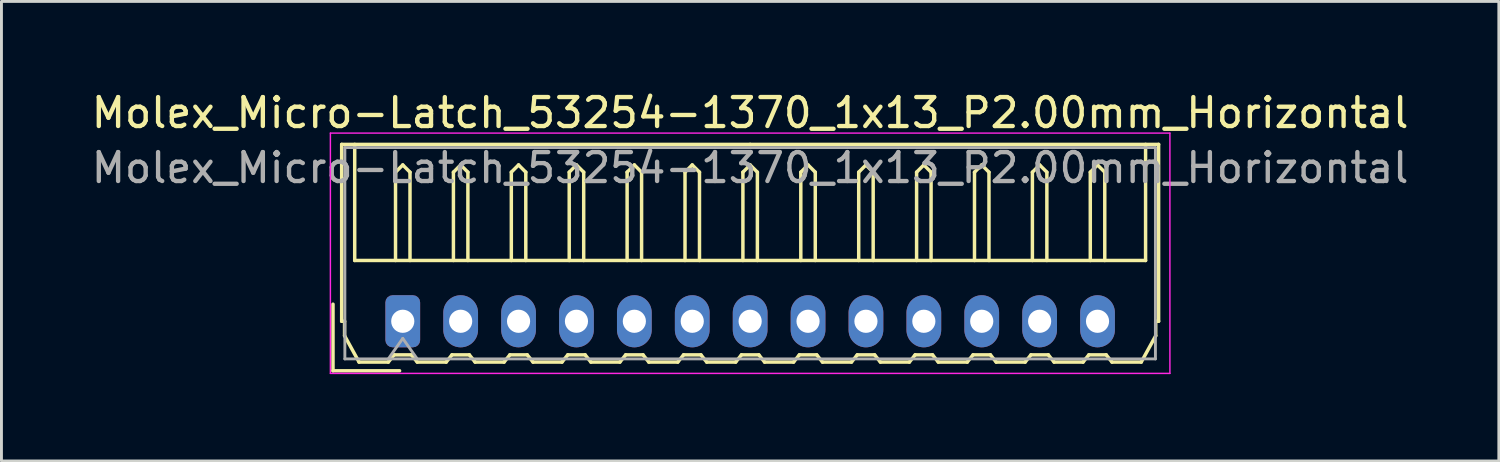
<source format=kicad_pcb>
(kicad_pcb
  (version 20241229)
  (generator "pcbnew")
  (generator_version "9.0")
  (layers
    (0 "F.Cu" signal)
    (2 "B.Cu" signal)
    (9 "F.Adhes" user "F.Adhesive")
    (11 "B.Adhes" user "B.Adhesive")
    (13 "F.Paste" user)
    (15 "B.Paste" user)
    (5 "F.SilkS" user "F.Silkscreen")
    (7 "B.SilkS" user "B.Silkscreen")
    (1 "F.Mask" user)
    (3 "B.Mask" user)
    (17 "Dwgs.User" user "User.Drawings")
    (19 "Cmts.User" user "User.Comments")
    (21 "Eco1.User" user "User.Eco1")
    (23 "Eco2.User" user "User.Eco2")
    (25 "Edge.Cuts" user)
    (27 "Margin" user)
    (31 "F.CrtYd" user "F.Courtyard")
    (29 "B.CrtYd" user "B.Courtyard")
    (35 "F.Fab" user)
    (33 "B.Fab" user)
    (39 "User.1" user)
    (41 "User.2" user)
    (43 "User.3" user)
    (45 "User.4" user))
  (footprint "Molex_Micro-Latch_53254-1370_1x13_P2.00mm_Horizontal"
    (layer "F.Cu")
    (at 10.863 8.048)
    (property "Reference" "Molex_Micro-Latch_53254-1370_1x13_P2.00mm_Horizontal" (at 12 -7.2 0) (layer "F.SilkS") (effects (font (size 1 1) (thickness 0.15))))
    (attr through_hole)
    (fp_line (start -2.41 1.71) (end -2.41 -0.59) (stroke (width 0.12) (type solid)) (layer "F.SilkS"))
    (fp_line (start -2.11 -6.11) (end 12 -6.11) (stroke (width 0.12) (type solid)) (layer "F.SilkS"))
    (fp_line (start -2.11 0) (end -2.11 -6.11) (stroke (width 0.12) (type solid)) (layer "F.SilkS"))
    (fp_line (start -2.01 0) (end -2.11 0) (stroke (width 0.12) (type solid)) (layer "F.SilkS"))
    (fp_line (start -2.01 0.5) (end -2.01 0) (stroke (width 0.12) (type solid)) (layer "F.SilkS"))
    (fp_line (start -1.66 -6.11) (end -1.66 -2.1) (stroke (width 0.12) (type solid)) (layer "F.SilkS"))
    (fp_line (start -1.66 -2.1) (end 25.66 -2.1) (stroke (width 0.12) (type solid)) (layer "F.SilkS"))
    (fp_line (start -1.51 1.41) (end -2.01 0.5) (stroke (width 0.12) (type solid)) (layer "F.SilkS"))
    (fp_line (start -0.5 1.41) (end -1.51 1.41) (stroke (width 0.12) (type solid)) (layer "F.SilkS"))
    (fp_line (start -0.3 1.16) (end -0.5 1.41) (stroke (width 0.12) (type solid)) (layer "F.SilkS"))
    (fp_line (start -0.3 1.16) (end 0.3 1.16) (stroke (width 0.12) (type solid)) (layer "F.SilkS"))
    (fp_line (start -0.25 -5.15) (end 0 -5.4) (stroke (width 0.12) (type solid)) (layer "F.SilkS"))
    (fp_line (start -0.25 -2.1) (end -0.25 -5.15) (stroke (width 0.12) (type solid)) (layer "F.SilkS"))
    (fp_line (start -0.11 1.71) (end -2.41 1.71) (stroke (width 0.12) (type solid)) (layer "F.SilkS"))
    (fp_line (start 0 -5.4) (end 0.25 -5.15) (stroke (width 0.12) (type solid)) (layer "F.SilkS"))
    (fp_line (start 0.25 -5.15) (end 0.25 -2.1) (stroke (width 0.12) (type solid)) (layer "F.SilkS"))
    (fp_line (start 0.3 1.16) (end 0.5 1.41) (stroke (width 0.12) (type solid)) (layer "F.SilkS"))
    (fp_line (start 0.5 1.41) (end 1.5 1.41) (stroke (width 0.12) (type solid)) (layer "F.SilkS"))
    (fp_line (start 1.5 1.41) (end 1.7 1.16) (stroke (width 0.12) (type solid)) (layer "F.SilkS"))
    (fp_line (start 1.7 1.16) (end 2.3 1.16) (stroke (width 0.12) (type solid)) (layer "F.SilkS"))
    (fp_line (start 1.75 -5.15) (end 2 -5.4) (stroke (width 0.12) (type solid)) (layer "F.SilkS"))
    (fp_line (start 1.75 -2.1) (end 1.75 -5.15) (stroke (width 0.12) (type solid)) (layer "F.SilkS"))
    (fp_line (start 2 -5.4) (end 2.25 -5.15) (stroke (width 0.12) (type solid)) (layer "F.SilkS"))
    (fp_line (start 2.25 -5.15) (end 2.25 -2.1) (stroke (width 0.12) (type solid)) (layer "F.SilkS"))
    (fp_line (start 2.3 1.16) (end 2.5 1.41) (stroke (width 0.12) (type solid)) (layer "F.SilkS"))
    (fp_line (start 2.5 1.41) (end 3.5 1.41) (stroke (width 0.12) (type solid)) (layer "F.SilkS"))
    (fp_line (start 3.5 1.41) (end 3.7 1.16) (stroke (width 0.12) (type solid)) (layer "F.SilkS"))
    (fp_line (start 3.7 1.16) (end 4.3 1.16) (stroke (width 0.12) (type solid)) (layer "F.SilkS"))
    (fp_line (start 3.75 -5.15) (end 4 -5.4) (stroke (width 0.12) (type solid)) (layer "F.SilkS"))
    (fp_line (start 3.75 -2.1) (end 3.75 -5.15) (stroke (width 0.12) (type solid)) (layer "F.SilkS"))
    (fp_line (start 4 -5.4) (end 4.25 -5.15) (stroke (width 0.12) (type solid)) (layer "F.SilkS"))
    (fp_line (start 4.25 -5.15) (end 4.25 -2.1) (stroke (width 0.12) (type solid)) (layer "F.SilkS"))
    (fp_line (start 4.3 1.16) (end 4.5 1.41) (stroke (width 0.12) (type solid)) (layer "F.SilkS"))
    (fp_line (start 4.5 1.41) (end 5.5 1.41) (stroke (width 0.12) (type solid)) (layer "F.SilkS"))
    (fp_line (start 5.5 1.41) (end 5.7 1.16) (stroke (width 0.12) (type solid)) (layer "F.SilkS"))
    (fp_line (start 5.7 1.16) (end 6.3 1.16) (stroke (width 0.12) (type solid)) (layer "F.SilkS"))
    (fp_line (start 5.75 -5.15) (end 6 -5.4) (stroke (width 0.12) (type solid)) (layer "F.SilkS"))
    (fp_line (start 5.75 -2.1) (end 5.75 -5.15) (stroke (width 0.12) (type solid)) (layer "F.SilkS"))
    (fp_line (start 6 -5.4) (end 6.25 -5.15) (stroke (width 0.12) (type solid)) (layer "F.SilkS"))
    (fp_line (start 6.25 -5.15) (end 6.25 -2.1) (stroke (width 0.12) (type solid)) (layer "F.SilkS"))
    (fp_line (start 6.3 1.16) (end 6.5 1.41) (stroke (width 0.12) (type solid)) (layer "F.SilkS"))
    (fp_line (start 6.5 1.41) (end 7.5 1.41) (stroke (width 0.12) (type solid)) (layer "F.SilkS"))
    (fp_line (start 7.5 1.41) (end 7.7 1.16) (stroke (width 0.12) (type solid)) (layer "F.SilkS"))
    (fp_line (start 7.7 1.16) (end 8.3 1.16) (stroke (width 0.12) (type solid)) (layer "F.SilkS"))
    (fp_line (start 7.75 -5.15) (end 8 -5.4) (stroke (width 0.12) (type solid)) (layer "F.SilkS"))
    (fp_line (start 7.75 -2.1) (end 7.75 -5.15) (stroke (width 0.12) (type solid)) (layer "F.SilkS"))
    (fp_line (start 8 -5.4) (end 8.25 -5.15) (stroke (width 0.12) (type solid)) (layer "F.SilkS"))
    (fp_line (start 8.25 -5.15) (end 8.25 -2.1) (stroke (width 0.12) (type solid)) (layer "F.SilkS"))
    (fp_line (start 8.3 1.16) (end 8.5 1.41) (stroke (width 0.12) (type solid)) (layer "F.SilkS"))
    (fp_line (start 8.5 1.41) (end 9.5 1.41) (stroke (width 0.12) (type solid)) (layer "F.SilkS"))
    (fp_line (start 9.5 1.41) (end 9.7 1.16) (stroke (width 0.12) (type solid)) (layer "F.SilkS"))
    (fp_line (start 9.7 1.16) (end 10.3 1.16) (stroke (width 0.12) (type solid)) (layer "F.SilkS"))
    (fp_line (start 9.75 -5.15) (end 10 -5.4) (stroke (width 0.12) (type solid)) (layer "F.SilkS"))
    (fp_line (start 9.75 -2.1) (end 9.75 -5.15) (stroke (width 0.12) (type solid)) (layer "F.SilkS"))
    (fp_line (start 10 -5.4) (end 10.25 -5.15) (stroke (width 0.12) (type solid)) (layer "F.SilkS"))
    (fp_line (start 10.25 -5.15) (end 10.25 -2.1) (stroke (width 0.12) (type solid)) (layer "F.SilkS"))
    (fp_line (start 10.3 1.16) (end 10.5 1.41) (stroke (width 0.12) (type solid)) (layer "F.SilkS"))
    (fp_line (start 10.5 1.41) (end 11.5 1.41) (stroke (width 0.12) (type solid)) (layer "F.SilkS"))
    (fp_line (start 11.5 1.41) (end 11.7 1.16) (stroke (width 0.12) (type solid)) (layer "F.SilkS"))
    (fp_line (start 11.7 1.16) (end 12.3 1.16) (stroke (width 0.12) (type solid)) (layer "F.SilkS"))
    (fp_line (start 11.75 -5.15) (end 12 -5.4) (stroke (width 0.12) (type solid)) (layer "F.SilkS"))
    (fp_line (start 11.75 -2.1) (end 11.75 -5.15) (stroke (width 0.12) (type solid)) (layer "F.SilkS"))
    (fp_line (start 12 -5.4) (end 12.25 -5.15) (stroke (width 0.12) (type solid)) (layer "F.SilkS"))
    (fp_line (start 12.25 -5.15) (end 12.25 -2.1) (stroke (width 0.12) (type solid)) (layer "F.SilkS"))
    (fp_line (start 12.3 1.16) (end 12.5 1.41) (stroke (width 0.12) (type solid)) (layer "F.SilkS"))
    (fp_line (start 12.5 1.41) (end 13.5 1.41) (stroke (width 0.12) (type solid)) (layer "F.SilkS"))
    (fp_line (start 13.5 1.41) (end 13.7 1.16) (stroke (width 0.12) (type solid)) (layer "F.SilkS"))
    (fp_line (start 13.7 1.16) (end 14.3 1.16) (stroke (width 0.12) (type solid)) (layer "F.SilkS"))
    (fp_line (start 13.75 -5.15) (end 14 -5.4) (stroke (width 0.12) (type solid)) (layer "F.SilkS"))
    (fp_line (start 13.75 -2.1) (end 13.75 -5.15) (stroke (width 0.12) (type solid)) (layer "F.SilkS"))
    (fp_line (start 14 -5.4) (end 14.25 -5.15) (stroke (width 0.12) (type solid)) (layer "F.SilkS"))
    (fp_line (start 14.25 -5.15) (end 14.25 -2.1) (stroke (width 0.12) (type solid)) (layer "F.SilkS"))
    (fp_line (start 14.3 1.16) (end 14.5 1.41) (stroke (width 0.12) (type solid)) (layer "F.SilkS"))
    (fp_line (start 14.5 1.41) (end 15.5 1.41) (stroke (width 0.12) (type solid)) (layer "F.SilkS"))
    (fp_line (start 15.5 1.41) (end 15.7 1.16) (stroke (width 0.12) (type solid)) (layer "F.SilkS"))
    (fp_line (start 15.7 1.16) (end 16.3 1.16) (stroke (width 0.12) (type solid)) (layer "F.SilkS"))
    (fp_line (start 15.75 -5.15) (end 16 -5.4) (stroke (width 0.12) (type solid)) (layer "F.SilkS"))
    (fp_line (start 15.75 -2.1) (end 15.75 -5.15) (stroke (width 0.12) (type solid)) (layer "F.SilkS"))
    (fp_line (start 16 -5.4) (end 16.25 -5.15) (stroke (width 0.12) (type solid)) (layer "F.SilkS"))
    (fp_line (start 16.25 -5.15) (end 16.25 -2.1) (stroke (width 0.12) (type solid)) (layer "F.SilkS"))
    (fp_line (start 16.3 1.16) (end 16.5 1.41) (stroke (width 0.12) (type solid)) (layer "F.SilkS"))
    (fp_line (start 16.5 1.41) (end 17.5 1.41) (stroke (width 0.12) (type solid)) (layer "F.SilkS"))
    (fp_line (start 17.5 1.41) (end 17.7 1.16) (stroke (width 0.12) (type solid)) (layer "F.SilkS"))
    (fp_line (start 17.7 1.16) (end 18.3 1.16) (stroke (width 0.12) (type solid)) (layer "F.SilkS"))
    (fp_line (start 17.75 -5.15) (end 18 -5.4) (stroke (width 0.12) (type solid)) (layer "F.SilkS"))
    (fp_line (start 17.75 -2.1) (end 17.75 -5.15) (stroke (width 0.12) (type solid)) (layer "F.SilkS"))
    (fp_line (start 18 -5.4) (end 18.25 -5.15) (stroke (width 0.12) (type solid)) (layer "F.SilkS"))
    (fp_line (start 18.25 -5.15) (end 18.25 -2.1) (stroke (width 0.12) (type solid)) (layer "F.SilkS"))
    (fp_line (start 18.3 1.16) (end 18.5 1.41) (stroke (width 0.12) (type solid)) (layer "F.SilkS"))
    (fp_line (start 18.5 1.41) (end 19.5 1.41) (stroke (width 0.12) (type solid)) (layer "F.SilkS"))
    (fp_line (start 19.5 1.41) (end 19.7 1.16) (stroke (width 0.12) (type solid)) (layer "F.SilkS"))
    (fp_line (start 19.7 1.16) (end 20.3 1.16) (stroke (width 0.12) (type solid)) (layer "F.SilkS"))
    (fp_line (start 19.75 -5.15) (end 20 -5.4) (stroke (width 0.12) (type solid)) (layer "F.SilkS"))
    (fp_line (start 19.75 -2.1) (end 19.75 -5.15) (stroke (width 0.12) (type solid)) (layer "F.SilkS"))
    (fp_line (start 20 -5.4) (end 20.25 -5.15) (stroke (width 0.12) (type solid)) (layer "F.SilkS"))
    (fp_line (start 20.25 -5.15) (end 20.25 -2.1) (stroke (width 0.12) (type solid)) (layer "F.SilkS"))
    (fp_line (start 20.3 1.16) (end 20.5 1.41) (stroke (width 0.12) (type solid)) (layer "F.SilkS"))
    (fp_line (start 20.5 1.41) (end 21.5 1.41) (stroke (width 0.12) (type solid)) (layer "F.SilkS"))
    (fp_line (start 21.5 1.41) (end 21.7 1.16) (stroke (width 0.12) (type solid)) (layer "F.SilkS"))
    (fp_line (start 21.7 1.16) (end 22.3 1.16) (stroke (width 0.12) (type solid)) (layer "F.SilkS"))
    (fp_line (start 21.75 -5.15) (end 22 -5.4) (stroke (width 0.12) (type solid)) (layer "F.SilkS"))
    (fp_line (start 21.75 -2.1) (end 21.75 -5.15) (stroke (width 0.12) (type solid)) (layer "F.SilkS"))
    (fp_line (start 22 -5.4) (end 22.25 -5.15) (stroke (width 0.12) (type solid)) (layer "F.SilkS"))
    (fp_line (start 22.25 -5.15) (end 22.25 -2.1) (stroke (width 0.12) (type solid)) (layer "F.SilkS"))
    (fp_line (start 22.3 1.16) (end 22.5 1.41) (stroke (width 0.12) (type solid)) (layer "F.SilkS"))
    (fp_line (start 22.5 1.41) (end 23.5 1.41) (stroke (width 0.12) (type solid)) (layer "F.SilkS"))
    (fp_line (start 23.5 1.41) (end 23.7 1.16) (stroke (width 0.12) (type solid)) (layer "F.SilkS"))
    (fp_line (start 23.7 1.16) (end 24.3 1.16) (stroke (width 0.12) (type solid)) (layer "F.SilkS"))
    (fp_line (start 23.75 -5.15) (end 24 -5.4) (stroke (width 0.12) (type solid)) (layer "F.SilkS"))
    (fp_line (start 23.75 -2.1) (end 23.75 -5.15) (stroke (width 0.12) (type solid)) (layer "F.SilkS"))
    (fp_line (start 24 -5.4) (end 24.25 -5.15) (stroke (width 0.12) (type solid)) (layer "F.SilkS"))
    (fp_line (start 24.25 -5.15) (end 24.25 -2.1) (stroke (width 0.12) (type solid)) (layer "F.SilkS"))
    (fp_line (start 24.3 1.16) (end 24.5 1.41) (stroke (width 0.12) (type solid)) (layer "F.SilkS"))
    (fp_line (start 24.5 1.41) (end 25.51 1.41) (stroke (width 0.12) (type solid)) (layer "F.SilkS"))
    (fp_line (start 25.51 1.41) (end 26.01 0.5) (stroke (width 0.12) (type solid)) (layer "F.SilkS"))
    (fp_line (start 25.66 -2.1) (end 25.66 -6.11) (stroke (width 0.12) (type solid)) (layer "F.SilkS"))
    (fp_line (start 26.01 0) (end 26.11 0) (stroke (width 0.12) (type solid)) (layer "F.SilkS"))
    (fp_line (start 26.01 0.5) (end 26.01 0) (stroke (width 0.12) (type solid)) (layer "F.SilkS"))
    (fp_line (start 26.11 -6.11) (end 12 -6.11) (stroke (width 0.12) (type solid)) (layer "F.SilkS"))
    (fp_line (start 26.11 0) (end 26.11 -6.11) (stroke (width 0.12) (type solid)) (layer "F.SilkS"))
    (fp_line (start -2.5 -6.5) (end -2.5 1.8) (stroke (width 0.05) (type solid)) (layer "F.CrtYd"))
    (fp_line (start -2.5 1.8) (end 26.5 1.8) (stroke (width 0.05) (type solid)) (layer "F.CrtYd"))
    (fp_line (start 26.5 -6.5) (end -2.5 -6.5) (stroke (width 0.05) (type solid)) (layer "F.CrtYd"))
    (fp_line (start 26.5 1.8) (end 26.5 -6.5) (stroke (width 0.05) (type solid)) (layer "F.CrtYd"))
    (fp_line (start -2 -6) (end -2 1.3) (stroke (width 0.1) (type solid)) (layer "F.Fab"))
    (fp_line (start -2 1.3) (end 26 1.3) (stroke (width 0.1) (type solid)) (layer "F.Fab"))
    (fp_line (start -0.5 1.3) (end 0 0.593) (stroke (width 0.1) (type solid)) (layer "F.Fab"))
    (fp_line (start 0 0.593) (end 0.5 1.3) (stroke (width 0.1) (type solid)) (layer "F.Fab"))
    (fp_line (start 26 -6) (end -2 -6) (stroke (width 0.1) (type solid)) (layer "F.Fab"))
    (fp_line (start 26 1.3) (end 26 -6) (stroke (width 0.1) (type solid)) (layer "F.Fab"))
    (fp_text user "${REFERENCE}" (at 12 -5.3 0) (layer "F.Fab") (effects (font (size 1 1) (thickness 0.15))))
    (pad "1" thru_hole roundrect (at 0 0) (size 1.2 1.8) (drill 0.8) (layers "*.Cu" "*.Mask") (roundrect_rratio 0.208))
    (pad "2" thru_hole oval (at 2 0) (size 1.2 1.8) (drill 0.8) (layers "*.Cu" "*.Mask"))
    (pad "3" thru_hole oval (at 4 0) (size 1.2 1.8) (drill 0.8) (layers "*.Cu" "*.Mask"))
    (pad "4" thru_hole oval (at 6 0) (size 1.2 1.8) (drill 0.8) (layers "*.Cu" "*.Mask"))
    (pad "5" thru_hole oval (at 8 0) (size 1.2 1.8) (drill 0.8) (layers "*.Cu" "*.Mask"))
    (pad "6" thru_hole oval (at 10 0) (size 1.2 1.8) (drill 0.8) (layers "*.Cu" "*.Mask"))
    (pad "7" thru_hole oval (at 12 0) (size 1.2 1.8) (drill 0.8) (layers "*.Cu" "*.Mask"))
    (pad "8" thru_hole oval (at 14 0) (size 1.2 1.8) (drill 0.8) (layers "*.Cu" "*.Mask"))
    (pad "9" thru_hole oval (at 16 0) (size 1.2 1.8) (drill 0.8) (layers "*.Cu" "*.Mask"))
    (pad "10" thru_hole oval (at 18 0) (size 1.2 1.8) (drill 0.8) (layers "*.Cu" "*.Mask"))
    (pad "11" thru_hole oval (at 20 0) (size 1.2 1.8) (drill 0.8) (layers "*.Cu" "*.Mask"))
    (pad "12" thru_hole oval (at 22 0) (size 1.2 1.8) (drill 0.8) (layers "*.Cu" "*.Mask"))
    (pad "13" thru_hole oval (at 24 0) (size 1.2 1.8) (drill 0.8) (layers "*.Cu" "*.Mask")))
  (gr_rect
    (start -3 -3)
    (end 48.726 12.873)
    (stroke (width 0.1) (type default))
    (fill no)
    (layer "Edge.Cuts")))
</source>
